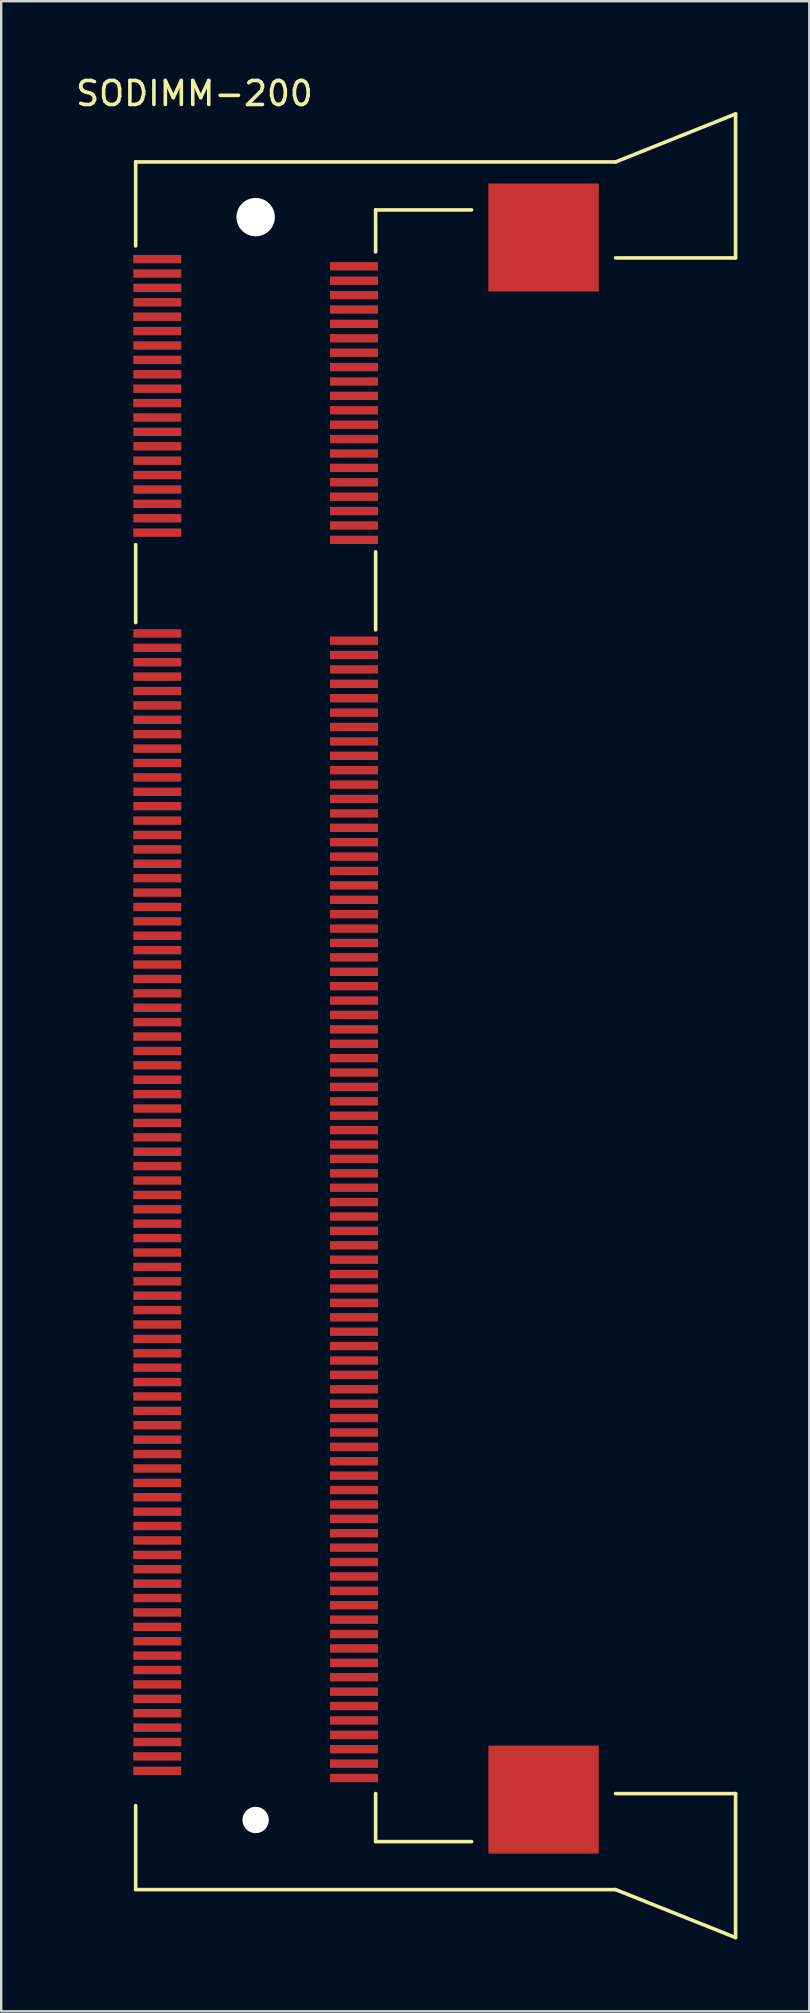
<source format=kicad_pcb>
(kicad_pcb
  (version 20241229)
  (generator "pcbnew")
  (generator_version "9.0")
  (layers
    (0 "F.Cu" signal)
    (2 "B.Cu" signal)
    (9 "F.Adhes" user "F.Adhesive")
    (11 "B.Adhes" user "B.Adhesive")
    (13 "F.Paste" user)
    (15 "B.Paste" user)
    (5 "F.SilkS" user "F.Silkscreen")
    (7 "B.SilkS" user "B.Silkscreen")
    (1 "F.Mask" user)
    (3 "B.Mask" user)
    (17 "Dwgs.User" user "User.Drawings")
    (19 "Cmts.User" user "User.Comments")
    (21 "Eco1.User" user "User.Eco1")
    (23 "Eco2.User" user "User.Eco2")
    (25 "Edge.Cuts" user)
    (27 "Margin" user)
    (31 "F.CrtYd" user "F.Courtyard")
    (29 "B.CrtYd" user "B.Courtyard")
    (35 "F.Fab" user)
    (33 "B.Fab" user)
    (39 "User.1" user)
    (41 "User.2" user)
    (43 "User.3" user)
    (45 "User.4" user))
  (footprint "SODIMM-200"
    (layer "F.Cu")
    (at 7.604 39.398)
    (property "Reference" "SODIMM-200" (at -2.55 -38.55 0) (layer "F.SilkS") (effects (font (size 1 1) (thickness 0.15))))
    (attr through_hole)
    (fp_line (start -5 -35.7) (end 15 -35.7) (stroke (width 0.15) (type solid)) (layer "F.SilkS"))
    (fp_line (start -5 -32.2) (end -5 -35.7) (stroke (width 0.15) (type solid)) (layer "F.SilkS"))
    (fp_line (start -5 -19.75) (end -5 -16.5) (stroke (width 0.15) (type solid)) (layer "F.SilkS"))
    (fp_line (start -5 32.8) (end -5 36.3) (stroke (width 0.15) (type solid)) (layer "F.SilkS"))
    (fp_line (start -5 36.3) (end 15 36.3) (stroke (width 0.15) (type solid)) (layer "F.SilkS"))
    (fp_line (start 5 -33.7) (end 5 -31.95) (stroke (width 0.15) (type solid)) (layer "F.SilkS"))
    (fp_line (start 5 -19.45) (end 5 -16.2) (stroke (width 0.15) (type solid)) (layer "F.SilkS"))
    (fp_line (start 5 34.3) (end 5 32.3) (stroke (width 0.15) (type solid)) (layer "F.SilkS"))
    (fp_line (start 9 -33.7) (end 5 -33.7) (stroke (width 0.15) (type solid)) (layer "F.SilkS"))
    (fp_line (start 9 34.3) (end 5 34.3) (stroke (width 0.15) (type solid)) (layer "F.SilkS"))
    (fp_line (start 15 -35.7) (end 20 -37.7) (stroke (width 0.15) (type solid)) (layer "F.SilkS"))
    (fp_line (start 15 36.3) (end 20 38.3) (stroke (width 0.15) (type solid)) (layer "F.SilkS"))
    (fp_line (start 20 -37.7) (end 20 -31.7) (stroke (width 0.15) (type solid)) (layer "F.SilkS"))
    (fp_line (start 20 -31.7) (end 15 -31.7) (stroke (width 0.15) (type solid)) (layer "F.SilkS"))
    (fp_line (start 20 32.3) (end 15 32.3) (stroke (width 0.15) (type solid)) (layer "F.SilkS"))
    (fp_line (start 20 38.3) (end 20 32.3) (stroke (width 0.15) (type solid)) (layer "F.SilkS"))
    (pad "" np_thru_hole circle (at 0 -33.4) (size 1.6 1.6) (drill 1.6) (layers "*.Cu" "*.Mask"))
    (pad "" np_thru_hole circle (at 0 33.4) (size 1.1 1.1) (drill 1.1) (layers "*.Cu" "*.Mask"))
    (pad "" smd rect (at 12 -32.55) (size 4.6 4.5) (layers "F.Cu" "F.Mask" "F.Paste"))
    (pad "" smd rect (at 12 32.55) (size 4.6 4.5) (layers "F.Cu" "F.Mask" "F.Paste"))
    (pad "1" smd rect (at -4.1 -31.65) (size 2 0.35) (layers "F.Cu" "F.Mask" "F.Paste"))
    (pad "2" smd rect (at 4.1 -31.35) (size 2 0.35) (layers "F.Cu" "F.Mask" "F.Paste"))
    (pad "3" smd rect (at -4.1 -31.05) (size 2 0.35) (layers "F.Cu" "F.Mask" "F.Paste"))
    (pad "4" smd rect (at 4.1 -30.75) (size 2 0.35) (layers "F.Cu" "F.Mask" "F.Paste"))
    (pad "5" smd rect (at -4.1 -30.45) (size 2 0.35) (layers "F.Cu" "F.Mask" "F.Paste"))
    (pad "6" smd rect (at 4.1 -30.15) (size 2 0.35) (layers "F.Cu" "F.Mask" "F.Paste"))
    (pad "7" smd rect (at -4.1 -29.85) (size 2 0.35) (layers "F.Cu" "F.Mask" "F.Paste"))
    (pad "8" smd rect (at 4.1 -29.55) (size 2 0.35) (layers "F.Cu" "F.Mask" "F.Paste"))
    (pad "9" smd rect (at -4.1 -29.25) (size 2 0.35) (layers "F.Cu" "F.Mask" "F.Paste"))
    (pad "10" smd rect (at 4.1 -28.95) (size 2 0.35) (layers "F.Cu" "F.Mask" "F.Paste"))
    (pad "11" smd rect (at -4.1 -28.65) (size 2 0.35) (layers "F.Cu" "F.Mask" "F.Paste"))
    (pad "12" smd rect (at 4.1 -28.35) (size 2 0.35) (layers "F.Cu" "F.Mask" "F.Paste"))
    (pad "13" smd rect (at -4.1 -28.05) (size 2 0.35) (layers "F.Cu" "F.Mask" "F.Paste"))
    (pad "14" smd rect (at 4.1 -27.75) (size 2 0.35) (layers "F.Cu" "F.Mask" "F.Paste"))
    (pad "15" smd rect (at -4.1 -27.45) (size 2 0.35) (layers "F.Cu" "F.Mask" "F.Paste"))
    (pad "16" smd rect (at 4.1 -27.15) (size 2 0.35) (layers "F.Cu" "F.Mask" "F.Paste"))
    (pad "17" smd rect (at -4.1 -26.85) (size 2 0.35) (layers "F.Cu" "F.Mask" "F.Paste"))
    (pad "18" smd rect (at 4.1 -26.55) (size 2 0.35) (layers "F.Cu" "F.Mask" "F.Paste"))
    (pad "19" smd rect (at -4.1 -26.25) (size 2 0.35) (layers "F.Cu" "F.Mask" "F.Paste"))
    (pad "20" smd rect (at 4.1 -25.95) (size 2 0.35) (layers "F.Cu" "F.Mask" "F.Paste"))
    (pad "21" smd rect (at -4.1 -25.65) (size 2 0.35) (layers "F.Cu" "F.Mask" "F.Paste"))
    (pad "22" smd rect (at 4.1 -25.35) (size 2 0.35) (layers "F.Cu" "F.Mask" "F.Paste"))
    (pad "23" smd rect (at -4.1 -25.05) (size 2 0.35) (layers "F.Cu" "F.Mask" "F.Paste"))
    (pad "24" smd rect (at 4.1 -24.75) (size 2 0.35) (layers "F.Cu" "F.Mask" "F.Paste"))
    (pad "25" smd rect (at -4.1 -24.45) (size 2 0.35) (layers "F.Cu" "F.Mask" "F.Paste"))
    (pad "26" smd rect (at 4.1 -24.15) (size 2 0.35) (layers "F.Cu" "F.Mask" "F.Paste"))
    (pad "27" smd rect (at -4.1 -23.85) (size 2 0.35) (layers "F.Cu" "F.Mask" "F.Paste"))
    (pad "28" smd rect (at 4.1 -23.55) (size 2 0.35) (layers "F.Cu" "F.Mask" "F.Paste"))
    (pad "29" smd rect (at -4.1 -23.25) (size 2 0.35) (layers "F.Cu" "F.Mask" "F.Paste"))
    (pad "30" smd rect (at 4.1 -22.95) (size 2 0.35) (layers "F.Cu" "F.Mask" "F.Paste"))
    (pad "31" smd rect (at -4.1 -22.65) (size 2 0.35) (layers "F.Cu" "F.Mask" "F.Paste"))
    (pad "32" smd rect (at 4.1 -22.35) (size 2 0.35) (layers "F.Cu" "F.Mask" "F.Paste"))
    (pad "33" smd rect (at -4.1 -22.05) (size 2 0.35) (layers "F.Cu" "F.Mask" "F.Paste"))
    (pad "34" smd rect (at 4.1 -21.75) (size 2 0.35) (layers "F.Cu" "F.Mask" "F.Paste"))
    (pad "35" smd rect (at -4.1 -21.45) (size 2 0.35) (layers "F.Cu" "F.Mask" "F.Paste"))
    (pad "36" smd rect (at 4.1 -21.15) (size 2 0.35) (layers "F.Cu" "F.Mask" "F.Paste"))
    (pad "37" smd rect (at -4.1 -20.85) (size 2 0.35) (layers "F.Cu" "F.Mask" "F.Paste"))
    (pad "38" smd rect (at 4.1 -20.55) (size 2 0.35) (layers "F.Cu" "F.Mask" "F.Paste"))
    (pad "39" smd rect (at -4.1 -20.25) (size 2 0.35) (layers "F.Cu" "F.Mask" "F.Paste"))
    (pad "40" smd rect (at 4.1 -19.95) (size 2 0.35) (layers "F.Cu" "F.Mask" "F.Paste"))
    (pad "41" smd rect (at -4.1 -16.05) (size 2 0.35) (layers "F.Cu" "F.Mask" "F.Paste"))
    (pad "42" smd rect (at 4.1 -15.75) (size 2 0.35) (layers "F.Cu" "F.Mask" "F.Paste"))
    (pad "43" smd rect (at -4.1 -15.45) (size 2 0.35) (layers "F.Cu" "F.Mask" "F.Paste"))
    (pad "44" smd rect (at 4.1 -15.15) (size 2 0.35) (layers "F.Cu" "F.Mask" "F.Paste"))
    (pad "45" smd rect (at -4.1 -14.85) (size 2 0.35) (layers "F.Cu" "F.Mask" "F.Paste"))
    (pad "46" smd rect (at 4.1 -14.55) (size 2 0.35) (layers "F.Cu" "F.Mask" "F.Paste"))
    (pad "47" smd rect (at -4.1 -14.25) (size 2 0.35) (layers "F.Cu" "F.Mask" "F.Paste"))
    (pad "48" smd rect (at 4.1 -13.95) (size 2 0.35) (layers "F.Cu" "F.Mask" "F.Paste"))
    (pad "49" smd rect (at -4.1 -13.65) (size 2 0.35) (layers "F.Cu" "F.Mask" "F.Paste"))
    (pad "50" smd rect (at 4.1 -13.35) (size 2 0.35) (layers "F.Cu" "F.Mask" "F.Paste"))
    (pad "51" smd rect (at -4.1 -13.05) (size 2 0.35) (layers "F.Cu" "F.Mask" "F.Paste"))
    (pad "52" smd rect (at 4.1 -12.75) (size 2 0.35) (layers "F.Cu" "F.Mask" "F.Paste"))
    (pad "53" smd rect (at -4.1 -12.45) (size 2 0.35) (layers "F.Cu" "F.Mask" "F.Paste"))
    (pad "54" smd rect (at 4.1 -12.15) (size 2 0.35) (layers "F.Cu" "F.Mask" "F.Paste"))
    (pad "55" smd rect (at -4.1 -11.85) (size 2 0.35) (layers "F.Cu" "F.Mask" "F.Paste"))
    (pad "56" smd rect (at 4.1 -11.55) (size 2 0.35) (layers "F.Cu" "F.Mask" "F.Paste"))
    (pad "57" smd rect (at -4.1 -11.25) (size 2 0.35) (layers "F.Cu" "F.Mask" "F.Paste"))
    (pad "58" smd rect (at 4.1 -10.95) (size 2 0.35) (layers "F.Cu" "F.Mask" "F.Paste"))
    (pad "59" smd rect (at -4.1 -10.65) (size 2 0.35) (layers "F.Cu" "F.Mask" "F.Paste"))
    (pad "60" smd rect (at 4.1 -10.35) (size 2 0.35) (layers "F.Cu" "F.Mask" "F.Paste"))
    (pad "61" smd rect (at -4.1 -10.05) (size 2 0.35) (layers "F.Cu" "F.Mask" "F.Paste"))
    (pad "62" smd rect (at 4.1 -9.75) (size 2 0.35) (layers "F.Cu" "F.Mask" "F.Paste"))
    (pad "63" smd rect (at -4.1 -9.45) (size 2 0.35) (layers "F.Cu" "F.Mask" "F.Paste"))
    (pad "64" smd rect (at 4.1 -9.15) (size 2 0.35) (layers "F.Cu" "F.Mask" "F.Paste"))
    (pad "65" smd rect (at -4.1 -8.85) (size 2 0.35) (layers "F.Cu" "F.Mask" "F.Paste"))
    (pad "66" smd rect (at 4.1 -8.55) (size 2 0.35) (layers "F.Cu" "F.Mask" "F.Paste"))
    (pad "67" smd rect (at -4.1 -8.25) (size 2 0.35) (layers "F.Cu" "F.Mask" "F.Paste"))
    (pad "68" smd rect (at 4.1 -7.95) (size 2 0.35) (layers "F.Cu" "F.Mask" "F.Paste"))
    (pad "69" smd rect (at -4.1 -7.65) (size 2 0.35) (layers "F.Cu" "F.Mask" "F.Paste"))
    (pad "70" smd rect (at 4.1 -7.35) (size 2 0.35) (layers "F.Cu" "F.Mask" "F.Paste"))
    (pad "71" smd rect (at -4.1 -7.05) (size 2 0.35) (layers "F.Cu" "F.Mask" "F.Paste"))
    (pad "72" smd rect (at 4.1 -6.75) (size 2 0.35) (layers "F.Cu" "F.Mask" "F.Paste"))
    (pad "73" smd rect (at -4.1 -6.45) (size 2 0.35) (layers "F.Cu" "F.Mask" "F.Paste"))
    (pad "74" smd rect (at 4.1 -6.15) (size 2 0.35) (layers "F.Cu" "F.Mask" "F.Paste"))
    (pad "75" smd rect (at -4.1 -5.85) (size 2 0.35) (layers "F.Cu" "F.Mask" "F.Paste"))
    (pad "76" smd rect (at 4.1 -5.55) (size 2 0.35) (layers "F.Cu" "F.Mask" "F.Paste"))
    (pad "77" smd rect (at -4.1 -5.25) (size 2 0.35) (layers "F.Cu" "F.Mask" "F.Paste"))
    (pad "78" smd rect (at 4.1 -4.95) (size 2 0.35) (layers "F.Cu" "F.Mask" "F.Paste"))
    (pad "79" smd rect (at -4.1 -4.65) (size 2 0.35) (layers "F.Cu" "F.Mask" "F.Paste"))
    (pad "80" smd rect (at 4.1 -4.35) (size 2 0.35) (layers "F.Cu" "F.Mask" "F.Paste"))
    (pad "81" smd rect (at -4.1 -4.05) (size 2 0.35) (layers "F.Cu" "F.Mask" "F.Paste"))
    (pad "82" smd rect (at 4.1 -3.75) (size 2 0.35) (layers "F.Cu" "F.Mask" "F.Paste"))
    (pad "83" smd rect (at -4.1 -3.45) (size 2 0.35) (layers "F.Cu" "F.Mask" "F.Paste"))
    (pad "84" smd rect (at 4.1 -3.15) (size 2 0.35) (layers "F.Cu" "F.Mask" "F.Paste"))
    (pad "85" smd rect (at -4.1 -2.85) (size 2 0.35) (layers "F.Cu" "F.Mask" "F.Paste"))
    (pad "86" smd rect (at 4.1 -2.55) (size 2 0.35) (layers "F.Cu" "F.Mask" "F.Paste"))
    (pad "87" smd rect (at -4.1 -2.25) (size 2 0.35) (layers "F.Cu" "F.Mask" "F.Paste"))
    (pad "88" smd rect (at 4.1 -1.95) (size 2 0.35) (layers "F.Cu" "F.Mask" "F.Paste"))
    (pad "89" smd rect (at -4.1 -1.65) (size 2 0.35) (layers "F.Cu" "F.Mask" "F.Paste"))
    (pad "90" smd rect (at 4.1 -1.35) (size 2 0.35) (layers "F.Cu" "F.Mask" "F.Paste"))
    (pad "91" smd rect (at -4.1 -1.05) (size 2 0.35) (layers "F.Cu" "F.Mask" "F.Paste"))
    (pad "92" smd rect (at 4.1 -0.75) (size 2 0.35) (layers "F.Cu" "F.Mask" "F.Paste"))
    (pad "93" smd rect (at -4.1 -0.45) (size 2 0.35) (layers "F.Cu" "F.Mask" "F.Paste"))
    (pad "94" smd rect (at 4.1 -0.15) (size 2 0.35) (layers "F.Cu" "F.Mask" "F.Paste"))
    (pad "95" smd rect (at -4.1 0.15) (size 2 0.35) (layers "F.Cu" "F.Mask" "F.Paste"))
    (pad "96" smd rect (at 4.1 0.45) (size 2 0.35) (layers "F.Cu" "F.Mask" "F.Paste"))
    (pad "97" smd rect (at -4.1 0.75) (size 2 0.35) (layers "F.Cu" "F.Mask" "F.Paste"))
    (pad "98" smd rect (at 4.1 1.05) (size 2 0.35) (layers "F.Cu" "F.Mask" "F.Paste"))
    (pad "99" smd rect (at -4.1 1.35) (size 2 0.35) (layers "F.Cu" "F.Mask" "F.Paste"))
    (pad "100" smd rect (at 4.1 1.65) (size 2 0.35) (layers "F.Cu" "F.Mask" "F.Paste"))
    (pad "101" smd rect (at -4.1 1.95) (size 2 0.35) (layers "F.Cu" "F.Mask" "F.Paste"))
    (pad "102" smd rect (at 4.1 2.25) (size 2 0.35) (layers "F.Cu" "F.Mask" "F.Paste"))
    (pad "103" smd rect (at -4.1 2.55) (size 2 0.35) (layers "F.Cu" "F.Mask" "F.Paste"))
    (pad "104" smd rect (at 4.1 2.85) (size 2 0.35) (layers "F.Cu" "F.Mask" "F.Paste"))
    (pad "105" smd rect (at -4.1 3.15) (size 2 0.35) (layers "F.Cu" "F.Mask" "F.Paste"))
    (pad "106" smd rect (at 4.1 3.45) (size 2 0.35) (layers "F.Cu" "F.Mask" "F.Paste"))
    (pad "107" smd rect (at -4.1 3.75) (size 2 0.35) (layers "F.Cu" "F.Mask" "F.Paste"))
    (pad "108" smd rect (at 4.1 4.05) (size 2 0.35) (layers "F.Cu" "F.Mask" "F.Paste"))
    (pad "109" smd rect (at -4.1 4.35) (size 2 0.35) (layers "F.Cu" "F.Mask" "F.Paste"))
    (pad "110" smd rect (at 4.1 4.65) (size 2 0.35) (layers "F.Cu" "F.Mask" "F.Paste"))
    (pad "111" smd rect (at -4.1 4.95) (size 2 0.35) (layers "F.Cu" "F.Mask" "F.Paste"))
    (pad "112" smd rect (at 4.1 5.25) (size 2 0.35) (layers "F.Cu" "F.Mask" "F.Paste"))
    (pad "113" smd rect (at -4.1 5.55) (size 2 0.35) (layers "F.Cu" "F.Mask" "F.Paste"))
    (pad "114" smd rect (at 4.1 5.85) (size 2 0.35) (layers "F.Cu" "F.Mask" "F.Paste"))
    (pad "115" smd rect (at -4.1 6.15) (size 2 0.35) (layers "F.Cu" "F.Mask" "F.Paste"))
    (pad "116" smd rect (at 4.1 6.45) (size 2 0.35) (layers "F.Cu" "F.Mask" "F.Paste"))
    (pad "117" smd rect (at -4.1 6.75) (size 2 0.35) (layers "F.Cu" "F.Mask" "F.Paste"))
    (pad "118" smd rect (at 4.1 7.05) (size 2 0.35) (layers "F.Cu" "F.Mask" "F.Paste"))
    (pad "119" smd rect (at -4.1 7.35) (size 2 0.35) (layers "F.Cu" "F.Mask" "F.Paste"))
    (pad "120" smd rect (at 4.1 7.65) (size 2 0.35) (layers "F.Cu" "F.Mask" "F.Paste"))
    (pad "121" smd rect (at -4.1 7.95) (size 2 0.35) (layers "F.Cu" "F.Mask" "F.Paste"))
    (pad "122" smd rect (at 4.1 8.25) (size 2 0.35) (layers "F.Cu" "F.Mask" "F.Paste"))
    (pad "123" smd rect (at -4.1 8.55) (size 2 0.35) (layers "F.Cu" "F.Mask" "F.Paste"))
    (pad "124" smd rect (at 4.1 8.85) (size 2 0.35) (layers "F.Cu" "F.Mask" "F.Paste"))
    (pad "125" smd rect (at -4.1 9.15) (size 2 0.35) (layers "F.Cu" "F.Mask" "F.Paste"))
    (pad "126" smd rect (at 4.1 9.45) (size 2 0.35) (layers "F.Cu" "F.Mask" "F.Paste"))
    (pad "127" smd rect (at -4.1 9.75) (size 2 0.35) (layers "F.Cu" "F.Mask" "F.Paste"))
    (pad "128" smd rect (at 4.1 10.05) (size 2 0.35) (layers "F.Cu" "F.Mask" "F.Paste"))
    (pad "129" smd rect (at -4.1 10.35) (size 2 0.35) (layers "F.Cu" "F.Mask" "F.Paste"))
    (pad "130" smd rect (at 4.1 10.65) (size 2 0.35) (layers "F.Cu" "F.Mask" "F.Paste"))
    (pad "131" smd rect (at -4.1 10.95) (size 2 0.35) (layers "F.Cu" "F.Mask" "F.Paste"))
    (pad "132" smd rect (at 4.1 11.25) (size 2 0.35) (layers "F.Cu" "F.Mask" "F.Paste"))
    (pad "133" smd rect (at -4.1 11.55) (size 2 0.35) (layers "F.Cu" "F.Mask" "F.Paste"))
    (pad "134" smd rect (at 4.1 11.85) (size 2 0.35) (layers "F.Cu" "F.Mask" "F.Paste"))
    (pad "135" smd rect (at -4.1 12.15) (size 2 0.35) (layers "F.Cu" "F.Mask" "F.Paste"))
    (pad "136" smd rect (at 4.1 12.45) (size 2 0.35) (layers "F.Cu" "F.Mask" "F.Paste"))
    (pad "137" smd rect (at -4.1 12.75) (size 2 0.35) (layers "F.Cu" "F.Mask" "F.Paste"))
    (pad "138" smd rect (at 4.1 13.05) (size 2 0.35) (layers "F.Cu" "F.Mask" "F.Paste"))
    (pad "139" smd rect (at -4.1 13.35) (size 2 0.35) (layers "F.Cu" "F.Mask" "F.Paste"))
    (pad "140" smd rect (at 4.1 13.65) (size 2 0.35) (layers "F.Cu" "F.Mask" "F.Paste"))
    (pad "141" smd rect (at -4.1 13.95) (size 2 0.35) (layers "F.Cu" "F.Mask" "F.Paste"))
    (pad "142" smd rect (at 4.1 14.25) (size 2 0.35) (layers "F.Cu" "F.Mask" "F.Paste"))
    (pad "143" smd rect (at -4.1 14.55) (size 2 0.35) (layers "F.Cu" "F.Mask" "F.Paste"))
    (pad "144" smd rect (at 4.1 14.85) (size 2 0.35) (layers "F.Cu" "F.Mask" "F.Paste"))
    (pad "145" smd rect (at -4.1 15.15) (size 2 0.35) (layers "F.Cu" "F.Mask" "F.Paste"))
    (pad "146" smd rect (at 4.1 15.45) (size 2 0.35) (layers "F.Cu" "F.Mask" "F.Paste"))
    (pad "147" smd rect (at -4.1 15.75) (size 2 0.35) (layers "F.Cu" "F.Mask" "F.Paste"))
    (pad "148" smd rect (at 4.1 16.05) (size 2 0.35) (layers "F.Cu" "F.Mask" "F.Paste"))
    (pad "149" smd rect (at -4.1 16.35) (size 2 0.35) (layers "F.Cu" "F.Mask" "F.Paste"))
    (pad "150" smd rect (at 4.1 16.65) (size 2 0.35) (layers "F.Cu" "F.Mask" "F.Paste"))
    (pad "151" smd rect (at -4.1 16.95) (size 2 0.35) (layers "F.Cu" "F.Mask" "F.Paste"))
    (pad "152" smd rect (at 4.1 17.25) (size 2 0.35) (layers "F.Cu" "F.Mask" "F.Paste"))
    (pad "153" smd rect (at -4.1 17.55) (size 2 0.35) (layers "F.Cu" "F.Mask" "F.Paste"))
    (pad "154" smd rect (at 4.1 17.85) (size 2 0.35) (layers "F.Cu" "F.Mask" "F.Paste"))
    (pad "155" smd rect (at -4.1 18.15) (size 2 0.35) (layers "F.Cu" "F.Mask" "F.Paste"))
    (pad "156" smd rect (at 4.1 18.45) (size 2 0.35) (layers "F.Cu" "F.Mask" "F.Paste"))
    (pad "157" smd rect (at -4.1 18.75) (size 2 0.35) (layers "F.Cu" "F.Mask" "F.Paste"))
    (pad "158" smd rect (at 4.1 19.05) (size 2 0.35) (layers "F.Cu" "F.Mask" "F.Paste"))
    (pad "159" smd rect (at -4.1 19.35) (size 2 0.35) (layers "F.Cu" "F.Mask" "F.Paste"))
    (pad "160" smd rect (at 4.1 19.65) (size 2 0.35) (layers "F.Cu" "F.Mask" "F.Paste"))
    (pad "161" smd rect (at -4.1 19.95) (size 2 0.35) (layers "F.Cu" "F.Mask" "F.Paste"))
    (pad "162" smd rect (at 4.1 20.25) (size 2 0.35) (layers "F.Cu" "F.Mask" "F.Paste"))
    (pad "163" smd rect (at -4.1 20.55) (size 2 0.35) (layers "F.Cu" "F.Mask" "F.Paste"))
    (pad "164" smd rect (at 4.1 20.85) (size 2 0.35) (layers "F.Cu" "F.Mask" "F.Paste"))
    (pad "165" smd rect (at -4.1 21.15) (size 2 0.35) (layers "F.Cu" "F.Mask" "F.Paste"))
    (pad "166" smd rect (at 4.1 21.45) (size 2 0.35) (layers "F.Cu" "F.Mask" "F.Paste"))
    (pad "167" smd rect (at -4.1 21.75) (size 2 0.35) (layers "F.Cu" "F.Mask" "F.Paste"))
    (pad "168" smd rect (at 4.1 22.05) (size 2 0.35) (layers "F.Cu" "F.Mask" "F.Paste"))
    (pad "169" smd rect (at -4.1 22.35) (size 2 0.35) (layers "F.Cu" "F.Mask" "F.Paste"))
    (pad "170" smd rect (at 4.1 22.65) (size 2 0.35) (layers "F.Cu" "F.Mask" "F.Paste"))
    (pad "171" smd rect (at -4.1 22.95) (size 2 0.35) (layers "F.Cu" "F.Mask" "F.Paste"))
    (pad "172" smd rect (at 4.1 23.25) (size 2 0.35) (layers "F.Cu" "F.Mask" "F.Paste"))
    (pad "173" smd rect (at -4.1 23.55) (size 2 0.35) (layers "F.Cu" "F.Mask" "F.Paste"))
    (pad "174" smd rect (at 4.1 23.85) (size 2 0.35) (layers "F.Cu" "F.Mask" "F.Paste"))
    (pad "175" smd rect (at -4.1 24.15) (size 2 0.35) (layers "F.Cu" "F.Mask" "F.Paste"))
    (pad "176" smd rect (at 4.1 24.45) (size 2 0.35) (layers "F.Cu" "F.Mask" "F.Paste"))
    (pad "177" smd rect (at -4.1 24.75) (size 2 0.35) (layers "F.Cu" "F.Mask" "F.Paste"))
    (pad "178" smd rect (at 4.1 25.05) (size 2 0.35) (layers "F.Cu" "F.Mask" "F.Paste"))
    (pad "179" smd rect (at -4.1 25.35) (size 2 0.35) (layers "F.Cu" "F.Mask" "F.Paste"))
    (pad "180" smd rect (at 4.1 25.65) (size 2 0.35) (layers "F.Cu" "F.Mask" "F.Paste"))
    (pad "181" smd rect (at -4.1 25.95) (size 2 0.35) (layers "F.Cu" "F.Mask" "F.Paste"))
    (pad "182" smd rect (at 4.1 26.25) (size 2 0.35) (layers "F.Cu" "F.Mask" "F.Paste"))
    (pad "183" smd rect (at -4.1 26.55) (size 2 0.35) (layers "F.Cu" "F.Mask" "F.Paste"))
    (pad "184" smd rect (at 4.1 26.85) (size 2 0.35) (layers "F.Cu" "F.Mask" "F.Paste"))
    (pad "185" smd rect (at -4.1 27.15) (size 2 0.35) (layers "F.Cu" "F.Mask" "F.Paste"))
    (pad "186" smd rect (at 4.1 27.45) (size 2 0.35) (layers "F.Cu" "F.Mask" "F.Paste"))
    (pad "187" smd rect (at -4.1 27.75) (size 2 0.35) (layers "F.Cu" "F.Mask" "F.Paste"))
    (pad "188" smd rect (at 4.1 28.05) (size 2 0.35) (layers "F.Cu" "F.Mask" "F.Paste"))
    (pad "189" smd rect (at -4.1 28.35) (size 2 0.35) (layers "F.Cu" "F.Mask" "F.Paste"))
    (pad "190" smd rect (at 4.1 28.65) (size 2 0.35) (layers "F.Cu" "F.Mask" "F.Paste"))
    (pad "191" smd rect (at -4.1 28.95) (size 2 0.35) (layers "F.Cu" "F.Mask" "F.Paste"))
    (pad "192" smd rect (at 4.1 29.25) (size 2 0.35) (layers "F.Cu" "F.Mask" "F.Paste"))
    (pad "193" smd rect (at -4.1 29.55) (size 2 0.35) (layers "F.Cu" "F.Mask" "F.Paste"))
    (pad "194" smd rect (at 4.1 29.85) (size 2 0.35) (layers "F.Cu" "F.Mask" "F.Paste"))
    (pad "195" smd rect (at -4.1 30.15) (size 2 0.35) (layers "F.Cu" "F.Mask" "F.Paste"))
    (pad "196" smd rect (at 4.1 30.45) (size 2 0.35) (layers "F.Cu" "F.Mask" "F.Paste"))
    (pad "197" smd rect (at -4.1 30.75) (size 2 0.35) (layers "F.Cu" "F.Mask" "F.Paste"))
    (pad "198" smd rect (at 4.1 31.05) (size 2 0.35) (layers "F.Cu" "F.Mask" "F.Paste"))
    (pad "199" smd rect (at -4.1 31.35) (size 2 0.35) (layers "F.Cu" "F.Mask" "F.Paste"))
    (pad "200" smd rect (at 4.1 31.65) (size 2 0.35) (layers "F.Cu" "F.Mask" "F.Paste")))
  (gr_rect
    (start -3 -3)
    (end 30.679 80.773)
    (stroke (width 0.1) (type default))
    (fill no)
    (layer "Edge.Cuts")))
</source>
